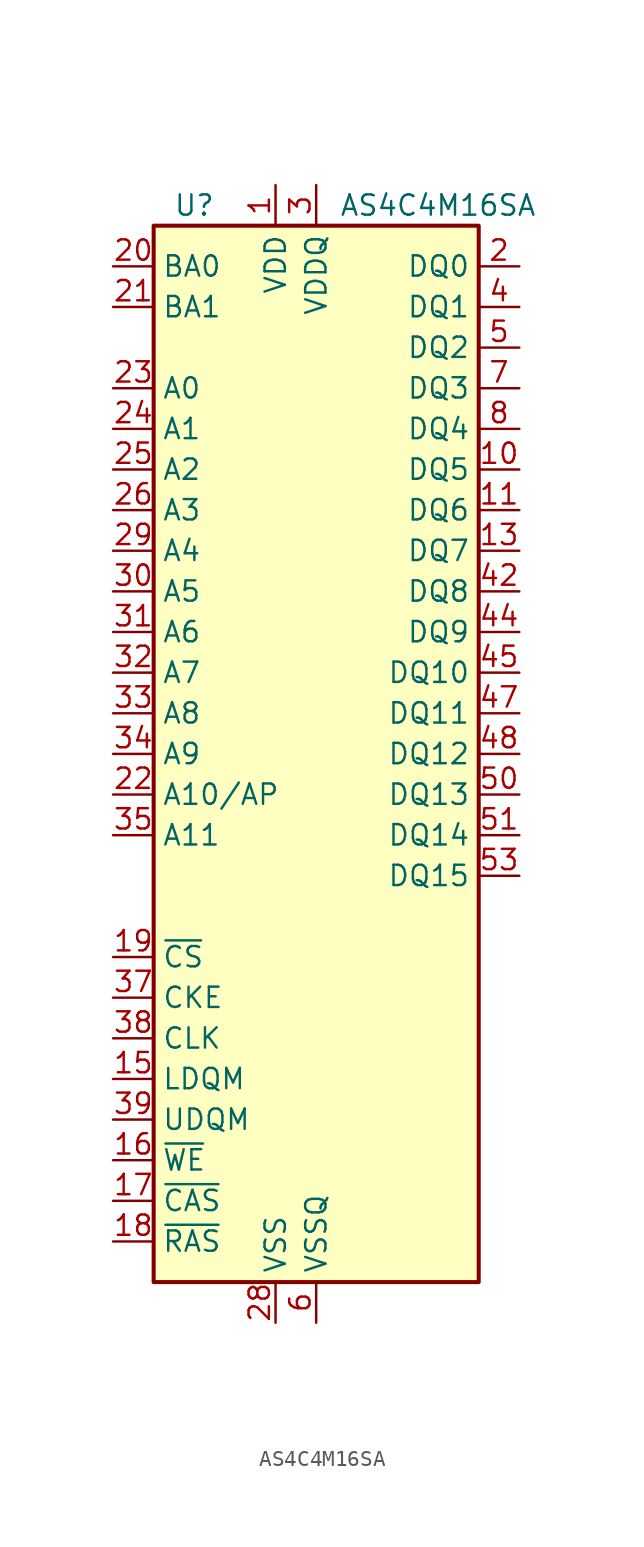
<source format=kicad_sym>
(kicad_symbol_lib
  (version 20201005)
  (generator kicad_symbol_editor)
  (symbol "AS4C4M16SA"
    (property "Reference" "U"
      (at -7.62 34.29 0)
      (effects (font (size 1.27 1.27))))
    (property "Value" "AS4C4M16SA"
      (at 7.62 34.29 0)
      (effects (font (size 1.27 1.27))))
    (symbol "AS4C4M16SA_0_1"
      (rectangle (start -10.16 33.02) (end 10.16 -33.02) (stroke (width 0.254)) (fill (type background))))
    (symbol "AS4C4M16SA_1_1"
      (pin power_in line (at -2.54 35.56 270) (length 2.54) (name "VDD" (effects (font (size 1.27 1.27)))) (number "1" (effects (font (size 1.27 1.27)))))
      (pin bidirectional line (at 12.7 17.78 180) (length 2.54) (name "DQ5" (effects (font (size 1.27 1.27)))) (number "10" (effects (font (size 1.27 1.27)))))
      (pin bidirectional line (at 12.7 15.24 180) (length 2.54) (name "DQ6" (effects (font (size 1.27 1.27)))) (number "11" (effects (font (size 1.27 1.27)))))
      (pin passive line (at 0 -35.56 90) (length 2.54) hide (name "VSSQ" (effects (font (size 1.27 1.27)))) (number "12" (effects (font (size 1.27 1.27)))))
      (pin bidirectional line (at 12.7 12.7 180) (length 2.54) (name "DQ7" (effects (font (size 1.27 1.27)))) (number "13" (effects (font (size 1.27 1.27)))))
      (pin passive line (at -2.54 35.56 270) (length 2.54) hide (name "VDD" (effects (font (size 1.27 1.27)))) (number "14" (effects (font (size 1.27 1.27)))))
      (pin input line (at -12.7 -20.32 0) (length 2.54) (name "LDQM" (effects (font (size 1.27 1.27)))) (number "15" (effects (font (size 1.27 1.27)))))
      (pin input line (at -12.7 -25.4 0) (length 2.54) (name "~WE~" (effects (font (size 1.27 1.27)))) (number "16" (effects (font (size 1.27 1.27)))))
      (pin input line (at -12.7 -27.94 0) (length 2.54) (name "~CAS~" (effects (font (size 1.27 1.27)))) (number "17" (effects (font (size 1.27 1.27)))))
      (pin input line (at -12.7 -30.48 0) (length 2.54) (name "~RAS~" (effects (font (size 1.27 1.27)))) (number "18" (effects (font (size 1.27 1.27)))))
      (pin input line (at -12.7 -12.7 0) (length 2.54) (name "~CS~" (effects (font (size 1.27 1.27)))) (number "19" (effects (font (size 1.27 1.27)))))
      (pin bidirectional line (at 12.7 30.48 180) (length 2.54) (name "DQ0" (effects (font (size 1.27 1.27)))) (number "2" (effects (font (size 1.27 1.27)))))
      (pin input line (at -12.7 30.48 0) (length 2.54) (name "BA0" (effects (font (size 1.27 1.27)))) (number "20" (effects (font (size 1.27 1.27)))))
      (pin input line (at -12.7 27.94 0) (length 2.54) (name "BA1" (effects (font (size 1.27 1.27)))) (number "21" (effects (font (size 1.27 1.27)))))
      (pin input line (at -12.7 -2.54 0) (length 2.54) (name "A10/AP" (effects (font (size 1.27 1.27)))) (number "22" (effects (font (size 1.27 1.27)))))
      (pin input line (at -12.7 22.86 0) (length 2.54) (name "A0" (effects (font (size 1.27 1.27)))) (number "23" (effects (font (size 1.27 1.27)))))
      (pin input line (at -12.7 20.32 0) (length 2.54) (name "A1" (effects (font (size 1.27 1.27)))) (number "24" (effects (font (size 1.27 1.27)))))
      (pin input line (at -12.7 17.78 0) (length 2.54) (name "A2" (effects (font (size 1.27 1.27)))) (number "25" (effects (font (size 1.27 1.27)))))
      (pin input line (at -12.7 15.24 0) (length 2.54) (name "A3" (effects (font (size 1.27 1.27)))) (number "26" (effects (font (size 1.27 1.27)))))
      (pin passive line (at -2.54 35.56 270) (length 2.54) hide (name "VDD" (effects (font (size 1.27 1.27)))) (number "27" (effects (font (size 1.27 1.27)))))
      (pin power_in line (at -2.54 -35.56 90) (length 2.54) (name "VSS" (effects (font (size 1.27 1.27)))) (number "28" (effects (font (size 1.27 1.27)))))
      (pin input line (at -12.7 12.7 0) (length 2.54) (name "A4" (effects (font (size 1.27 1.27)))) (number "29" (effects (font (size 1.27 1.27)))))
      (pin power_in line (at 0 35.56 270) (length 2.54) (name "VDDQ" (effects (font (size 1.27 1.27)))) (number "3" (effects (font (size 1.27 1.27)))))
      (pin input line (at -12.7 10.16 0) (length 2.54) (name "A5" (effects (font (size 1.27 1.27)))) (number "30" (effects (font (size 1.27 1.27)))))
      (pin input line (at -12.7 7.62 0) (length 2.54) (name "A6" (effects (font (size 1.27 1.27)))) (number "31" (effects (font (size 1.27 1.27)))))
      (pin input line (at -12.7 5.08 0) (length 2.54) (name "A7" (effects (font (size 1.27 1.27)))) (number "32" (effects (font (size 1.27 1.27)))))
      (pin input line (at -12.7 2.54 0) (length 2.54) (name "A8" (effects (font (size 1.27 1.27)))) (number "33" (effects (font (size 1.27 1.27)))))
      (pin input line (at -12.7 0 0) (length 2.54) (name "A9" (effects (font (size 1.27 1.27)))) (number "34" (effects (font (size 1.27 1.27)))))
      (pin input line (at -12.7 -5.08 0) (length 2.54) (name "A11" (effects (font (size 1.27 1.27)))) (number "35" (effects (font (size 1.27 1.27)))))
      (pin no_connect line (at 10.16 -17.78 180) (length 2.54) hide (name "NC" (effects (font (size 1.27 1.27)))) (number "36" (effects (font (size 1.27 1.27)))))
      (pin input line (at -12.7 -15.24 0) (length 2.54) (name "CKE" (effects (font (size 1.27 1.27)))) (number "37" (effects (font (size 1.27 1.27)))))
      (pin input line (at -12.7 -17.78 0) (length 2.54) (name "CLK" (effects (font (size 1.27 1.27)))) (number "38" (effects (font (size 1.27 1.27)))))
      (pin input line (at -12.7 -22.86 0) (length 2.54) (name "UDQM" (effects (font (size 1.27 1.27)))) (number "39" (effects (font (size 1.27 1.27)))))
      (pin bidirectional line (at 12.7 27.94 180) (length 2.54) (name "DQ1" (effects (font (size 1.27 1.27)))) (number "4" (effects (font (size 1.27 1.27)))))
      (pin no_connect line (at 10.16 -20.32 180) (length 2.54) hide (name "NC/RFU" (effects (font (size 1.27 1.27)))) (number "40" (effects (font (size 1.27 1.27)))))
      (pin passive line (at -2.54 -35.56 90) (length 2.54) hide (name "VSS" (effects (font (size 1.27 1.27)))) (number "41" (effects (font (size 1.27 1.27)))))
      (pin bidirectional line (at 12.7 10.16 180) (length 2.54) (name "DQ8" (effects (font (size 1.27 1.27)))) (number "42" (effects (font (size 1.27 1.27)))))
      (pin passive line (at 0 35.56 270) (length 2.54) hide (name "VDDQ" (effects (font (size 1.27 1.27)))) (number "43" (effects (font (size 1.27 1.27)))))
      (pin bidirectional line (at 12.7 7.62 180) (length 2.54) (name "DQ9" (effects (font (size 1.27 1.27)))) (number "44" (effects (font (size 1.27 1.27)))))
      (pin bidirectional line (at 12.7 5.08 180) (length 2.54) (name "DQ10" (effects (font (size 1.27 1.27)))) (number "45" (effects (font (size 1.27 1.27)))))
      (pin passive line (at 0 -35.56 90) (length 2.54) hide (name "VSSQ" (effects (font (size 1.27 1.27)))) (number "46" (effects (font (size 1.27 1.27)))))
      (pin bidirectional line (at 12.7 2.54 180) (length 2.54) (name "DQ11" (effects (font (size 1.27 1.27)))) (number "47" (effects (font (size 1.27 1.27)))))
      (pin bidirectional line (at 12.7 0 180) (length 2.54) (name "DQ12" (effects (font (size 1.27 1.27)))) (number "48" (effects (font (size 1.27 1.27)))))
      (pin passive line (at 0 35.56 270) (length 2.54) hide (name "VDDQ" (effects (font (size 1.27 1.27)))) (number "49" (effects (font (size 1.27 1.27)))))
      (pin bidirectional line (at 12.7 25.4 180) (length 2.54) (name "DQ2" (effects (font (size 1.27 1.27)))) (number "5" (effects (font (size 1.27 1.27)))))
      (pin bidirectional line (at 12.7 -2.54 180) (length 2.54) (name "DQ13" (effects (font (size 1.27 1.27)))) (number "50" (effects (font (size 1.27 1.27)))))
      (pin bidirectional line (at 12.7 -5.08 180) (length 2.54) (name "DQ14" (effects (font (size 1.27 1.27)))) (number "51" (effects (font (size 1.27 1.27)))))
      (pin passive line (at 0 -35.56 90) (length 2.54) hide (name "VSSQ" (effects (font (size 1.27 1.27)))) (number "52" (effects (font (size 1.27 1.27)))))
      (pin bidirectional line (at 12.7 -7.62 180) (length 2.54) (name "DQ15" (effects (font (size 1.27 1.27)))) (number "53" (effects (font (size 1.27 1.27)))))
      (pin passive line (at -2.54 -35.56 90) (length 2.54) hide (name "VSS" (effects (font (size 1.27 1.27)))) (number "54" (effects (font (size 1.27 1.27)))))
      (pin power_in line (at 0 -35.56 90) (length 2.54) (name "VSSQ" (effects (font (size 1.27 1.27)))) (number "6" (effects (font (size 1.27 1.27)))))
      (pin bidirectional line (at 12.7 22.86 180) (length 2.54) (name "DQ3" (effects (font (size 1.27 1.27)))) (number "7" (effects (font (size 1.27 1.27)))))
      (pin bidirectional line (at 12.7 20.32 180) (length 2.54) (name "DQ4" (effects (font (size 1.27 1.27)))) (number "8" (effects (font (size 1.27 1.27)))))
      (pin passive line (at 0 35.56 270) (length 2.54) hide (name "VDDQ" (effects (font (size 1.27 1.27)))) (number "9" (effects (font (size 1.27 1.27))))))))
</source>
